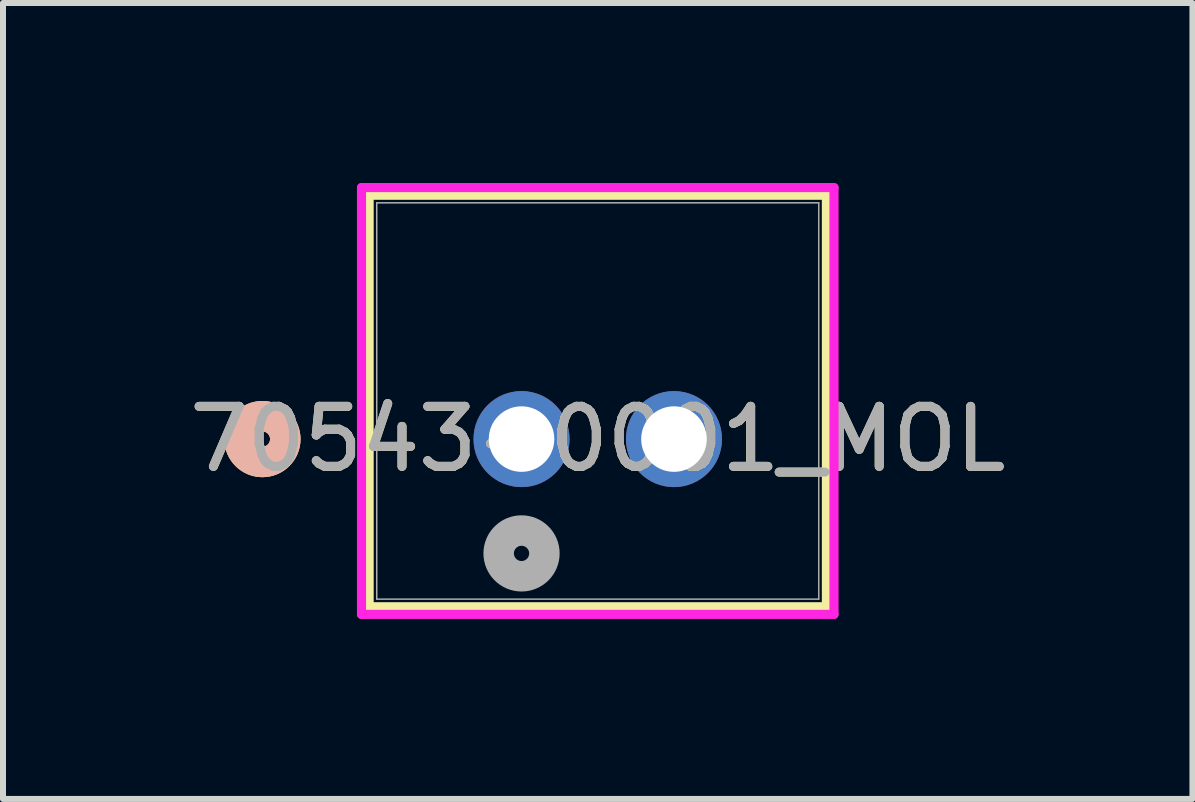
<source format=kicad_pcb>
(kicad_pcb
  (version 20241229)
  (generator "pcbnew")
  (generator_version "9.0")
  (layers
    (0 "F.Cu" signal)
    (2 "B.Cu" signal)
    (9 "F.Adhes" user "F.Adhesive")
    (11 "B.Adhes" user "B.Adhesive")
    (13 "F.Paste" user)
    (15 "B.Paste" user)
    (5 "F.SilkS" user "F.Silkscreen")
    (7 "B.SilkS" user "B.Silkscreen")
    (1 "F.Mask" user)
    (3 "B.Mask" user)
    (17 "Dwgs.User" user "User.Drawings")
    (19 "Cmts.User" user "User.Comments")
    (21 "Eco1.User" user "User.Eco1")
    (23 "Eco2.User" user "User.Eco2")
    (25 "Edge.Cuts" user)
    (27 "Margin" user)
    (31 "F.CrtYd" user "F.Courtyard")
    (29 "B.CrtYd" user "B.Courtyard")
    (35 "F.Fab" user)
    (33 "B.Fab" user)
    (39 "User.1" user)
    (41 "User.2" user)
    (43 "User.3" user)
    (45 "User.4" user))
  (footprint "70543-0001_MOL"
    (layer "F.Cu")
    (at 5.641 4.267)
    (property "Reference" "70543-0001_MOL" (at 1.27 0 0) (unlocked yes) (layer "F.SilkS") (effects (font (size 1 1) (thickness 0.15))))
    (attr through_hole)
    (fp_line (start -2.54 -4.064) (end -2.54 2.794) (stroke (width 0.152) (type solid)) (layer "F.SilkS"))
    (fp_line (start -2.54 2.794) (end 5.08 2.794) (stroke (width 0.152) (type solid)) (layer "F.SilkS"))
    (fp_line (start 5.08 -4.064) (end -2.54 -4.064) (stroke (width 0.152) (type solid)) (layer "F.SilkS"))
    (fp_line (start 5.08 2.794) (end 5.08 -4.064) (stroke (width 0.152) (type solid)) (layer "F.SilkS"))
    (fp_circle (center -4.318 0) (end -3.937 0) (stroke (width 0.508) (type solid)) (fill no) (layer "F.SilkS"))
    (fp_circle (center -4.318 0) (end -3.937 0) (stroke (width 0.508) (type solid)) (fill no) (layer "B.SilkS"))
    (fp_line (start -2.667 -4.191) (end -2.667 2.921) (stroke (width 0.152) (type solid)) (layer "F.CrtYd"))
    (fp_line (start -2.667 2.921) (end 5.207 2.921) (stroke (width 0.152) (type solid)) (layer "F.CrtYd"))
    (fp_line (start 5.207 -4.191) (end -2.667 -4.191) (stroke (width 0.152) (type solid)) (layer "F.CrtYd"))
    (fp_line (start 5.207 2.921) (end 5.207 -4.191) (stroke (width 0.152) (type solid)) (layer "F.CrtYd"))
    (fp_line (start -2.413 -3.937) (end -2.413 2.667) (stroke (width 0.025) (type solid)) (layer "F.Fab"))
    (fp_line (start -2.413 2.667) (end 4.953 2.667) (stroke (width 0.025) (type solid)) (layer "F.Fab"))
    (fp_line (start 4.953 -3.937) (end -2.413 -3.937) (stroke (width 0.025) (type solid)) (layer "F.Fab"))
    (fp_line (start 4.953 2.667) (end 4.953 -3.937) (stroke (width 0.025) (type solid)) (layer "F.Fab"))
    (fp_circle (center 0 1.905) (end 0.381 1.905) (stroke (width 0.508) (type solid)) (fill no) (layer "F.Fab"))
    (fp_text user "${REFERENCE}" (at 1.27 0 0) (unlocked yes) (layer "F.Fab") (effects (font (size 1 1) (thickness 0.15))))
    (pad "1" thru_hole circle (at 0 0) (size 1.6 1.6) (drill 1.092) (layers "*.Cu" "*.Mask"))
    (pad "2" thru_hole circle (at 2.54 0) (size 1.6 1.6) (drill 1.092) (layers "*.Cu" "*.Mask")))
  (gr_rect
    (start -3 -3)
    (end 16.821 10.264)
    (stroke (width 0.1) (type default))
    (fill no)
    (layer "Edge.Cuts")))
</source>
